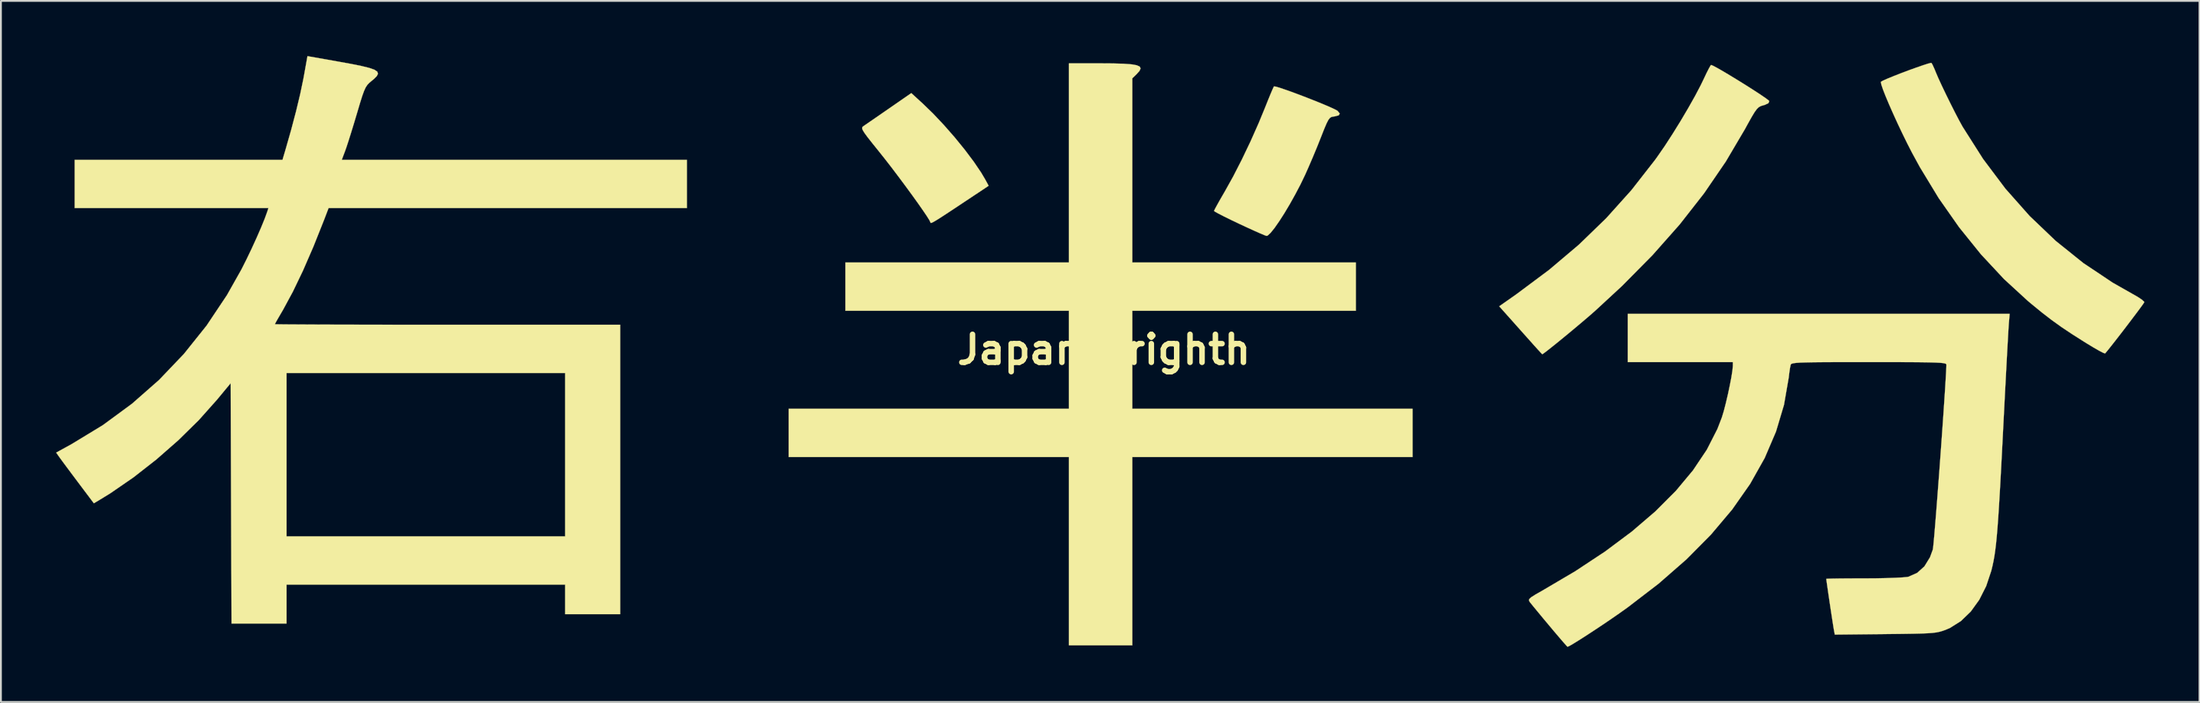
<source format=kicad_pcb>
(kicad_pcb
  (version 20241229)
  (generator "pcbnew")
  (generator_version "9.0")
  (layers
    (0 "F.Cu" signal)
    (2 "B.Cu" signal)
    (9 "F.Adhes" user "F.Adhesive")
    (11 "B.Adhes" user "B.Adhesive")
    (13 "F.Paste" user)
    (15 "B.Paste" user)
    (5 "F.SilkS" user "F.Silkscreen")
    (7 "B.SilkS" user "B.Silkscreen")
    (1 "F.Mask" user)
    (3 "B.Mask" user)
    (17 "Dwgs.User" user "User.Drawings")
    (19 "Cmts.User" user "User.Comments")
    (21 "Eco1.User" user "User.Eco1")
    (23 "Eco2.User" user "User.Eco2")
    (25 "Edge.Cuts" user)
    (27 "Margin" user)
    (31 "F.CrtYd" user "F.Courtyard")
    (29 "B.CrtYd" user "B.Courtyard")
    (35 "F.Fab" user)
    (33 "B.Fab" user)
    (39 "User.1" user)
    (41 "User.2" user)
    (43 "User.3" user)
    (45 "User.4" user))
  (footprint "Japanserighth"
    (layer "F.Cu")
    (at 56.982 15.976)
    (property "Reference" "Japanserighth" (at 0 0 0) (layer "F.SilkS") (effects (font (size 1.524 1.524) (thickness 0.3))))
    (attr through_hole)
    (fp_poly (pts (xy 0.472 -15.574) (xy 1.06 -15.558) (xy 1.492 -15.526) (xy 1.783 -15.475) (xy 1.945 -15.402) (xy 1.992 -15.302) (xy 1.936 -15.172) (xy 1.791 -15.008) (xy 1.781 -14.997) (xy 1.542 -14.765) (xy 1.542 -4.741) (xy 13.698 -4.741) (xy 13.698 -2.117) (xy 1.542 -2.117) (xy 1.542 3.217) (xy 16.782 3.217) (xy 16.782 5.842) (xy 1.542 5.842) (xy 1.542 16.087) (xy -1.905 16.087) (xy -1.905 5.842) (xy -17.145 5.842) (xy -17.145 3.217) (xy -1.905 3.217) (xy -1.905 -2.117) (xy -14.061 -2.117) (xy -14.061 -4.741) (xy -1.905 -4.741) (xy -1.905 -15.579) (xy -0.283 -15.579) (xy 0.472 -15.574)) (stroke (width 0.01) (type solid)) (fill yes) (layer "F.SilkS"))
    (fp_poly (pts (xy -9.857 -13.393) (xy -9.293 -12.847) (xy -8.705 -12.224) (xy -8.122 -11.558) (xy -7.571 -10.881) (xy -7.08 -10.228) (xy -6.676 -9.631) (xy -6.459 -9.264) (xy -6.271 -8.918) (xy -7.596 -8.036) (xy -8.166 -7.658) (xy -8.605 -7.368) (xy -8.93 -7.157) (xy -9.159 -7.015) (xy -9.307 -6.931) (xy -9.391 -6.896) (xy -9.428 -6.899) (xy -9.434 -6.922) (xy -9.485 -7.032) (xy -9.626 -7.259) (xy -9.844 -7.581) (xy -10.122 -7.979) (xy -10.447 -8.431) (xy -10.802 -8.916) (xy -11.173 -9.414) (xy -11.544 -9.905) (xy -11.902 -10.366) (xy -12.23 -10.779) (xy -12.234 -10.784) (xy -12.591 -11.227) (xy -12.849 -11.555) (xy -13.021 -11.789) (xy -13.118 -11.946) (xy -13.152 -12.048) (xy -13.136 -12.112) (xy -13.09 -12.154) (xy -12.965 -12.24) (xy -12.722 -12.408) (xy -12.389 -12.637) (xy -11.996 -12.909) (xy -11.702 -13.112) (xy -10.477 -13.96) (xy -9.857 -13.393)) (stroke (width 0.01) (type solid)) (fill yes) (layer "F.SilkS"))
    (fp_poly (pts (xy 9.343 -14.313) (xy 9.576 -14.244) (xy 9.913 -14.129) (xy 10.325 -13.981) (xy 10.78 -13.81) (xy 11.248 -13.628) (xy 11.699 -13.448) (xy 12.103 -13.28) (xy 12.428 -13.137) (xy 12.644 -13.031) (xy 12.708 -12.989) (xy 12.822 -12.848) (xy 12.767 -12.75) (xy 12.538 -12.692) (xy 12.486 -12.685) (xy 12.379 -12.665) (xy 12.29 -12.612) (xy 12.204 -12.503) (xy 12.105 -12.31) (xy 11.977 -12.01) (xy 11.806 -11.576) (xy 11.798 -11.556) (xy 11.592 -11.039) (xy 11.357 -10.473) (xy 11.123 -9.929) (xy 10.943 -9.524) (xy 10.687 -8.992) (xy 10.403 -8.451) (xy 10.107 -7.921) (xy 9.811 -7.424) (xy 9.528 -6.983) (xy 9.274 -6.619) (xy 9.06 -6.354) (xy 8.902 -6.209) (xy 8.845 -6.189) (xy 8.737 -6.226) (xy 8.497 -6.327) (xy 8.152 -6.48) (xy 7.73 -6.673) (xy 7.371 -6.84) (xy 6.917 -7.057) (xy 6.525 -7.25) (xy 6.223 -7.405) (xy 6.036 -7.51) (xy 5.987 -7.549) (xy 6.028 -7.64) (xy 6.142 -7.851) (xy 6.31 -8.152) (xy 6.519 -8.514) (xy 6.574 -8.608) (xy 7.027 -9.422) (xy 7.501 -10.348) (xy 7.972 -11.334) (xy 8.414 -12.329) (xy 8.759 -13.166) (xy 8.92 -13.57) (xy 9.062 -13.916) (xy 9.172 -14.173) (xy 9.236 -14.31) (xy 9.245 -14.324) (xy 9.343 -14.313)) (stroke (width 0.01) (type solid)) (fill yes) (layer "F.SilkS"))
    (fp_poly (pts (xy 33.131 -15.445) (xy 33.365 -15.32) (xy 33.688 -15.134) (xy 34.074 -14.903) (xy 34.494 -14.647) (xy 34.921 -14.381) (xy 35.326 -14.123) (xy 35.682 -13.891) (xy 35.96 -13.701) (xy 36.133 -13.572) (xy 36.178 -13.526) (xy 36.134 -13.411) (xy 35.936 -13.319) (xy 35.861 -13.298) (xy 35.727 -13.258) (xy 35.615 -13.198) (xy 35.506 -13.095) (xy 35.382 -12.926) (xy 35.225 -12.666) (xy 35.016 -12.293) (xy 34.857 -12.002) (xy 33.815 -10.235) (xy 32.635 -8.509) (xy 31.307 -6.812) (xy 29.822 -5.135) (xy 28.172 -3.466) (xy 26.712 -2.116) (xy 26.414 -1.854) (xy 26.057 -1.549) (xy 25.664 -1.218) (xy 25.259 -0.88) (xy 24.863 -0.555) (xy 24.502 -0.261) (xy 24.197 -0.018) (xy 23.971 0.157) (xy 23.848 0.243) (xy 23.833 0.248) (xy 23.771 0.185) (xy 23.616 0.017) (xy 23.392 -0.231) (xy 23.123 -0.533) (xy 23.121 -0.535) (xy 22.789 -0.907) (xy 22.444 -1.294) (xy 22.134 -1.643) (xy 21.962 -1.835) (xy 21.494 -2.359) (xy 22.427 -3.014) (xy 24.206 -4.341) (xy 25.827 -5.713) (xy 27.312 -7.151) (xy 28.682 -8.677) (xy 29.959 -10.312) (xy 30.103 -10.512) (xy 30.498 -11.083) (xy 30.922 -11.738) (xy 31.354 -12.435) (xy 31.768 -13.136) (xy 32.143 -13.801) (xy 32.453 -14.391) (xy 32.608 -14.711) (xy 32.763 -15.04) (xy 32.895 -15.3) (xy 32.986 -15.459) (xy 33.016 -15.492) (xy 33.131 -15.445)) (stroke (width 0.01) (type solid)) (fill yes) (layer "F.SilkS"))
    (fp_poly (pts (xy 45 -15.601) (xy 45.063 -15.491) (xy 45.162 -15.274) (xy 45.247 -15.066) (xy 45.373 -14.771) (xy 45.56 -14.366) (xy 45.786 -13.893) (xy 46.032 -13.393) (xy 46.276 -12.909) (xy 46.499 -12.481) (xy 46.679 -12.153) (xy 46.697 -12.122) (xy 47.806 -10.376) (xy 49.021 -8.758) (xy 50.338 -7.272) (xy 51.752 -5.921) (xy 53.259 -4.71) (xy 54.855 -3.644) (xy 55.906 -3.047) (xy 56.214 -2.872) (xy 56.444 -2.718) (xy 56.563 -2.608) (xy 56.572 -2.579) (xy 56.507 -2.48) (xy 56.358 -2.273) (xy 56.142 -1.983) (xy 55.881 -1.637) (xy 55.594 -1.259) (xy 55.301 -0.877) (xy 55.021 -0.516) (xy 54.775 -0.203) (xy 54.583 0.038) (xy 54.464 0.18) (xy 54.438 0.206) (xy 54.344 0.175) (xy 54.129 0.064) (xy 53.823 -0.111) (xy 53.455 -0.333) (xy 53.334 -0.408) (xy 52.646 -0.845) (xy 52.063 -1.234) (xy 51.534 -1.614) (xy 51.007 -2.02) (xy 50.431 -2.492) (xy 50.239 -2.653) (xy 48.941 -3.845) (xy 47.692 -5.186) (xy 46.504 -6.659) (xy 45.392 -8.247) (xy 44.369 -9.933) (xy 43.945 -10.71) (xy 43.686 -11.215) (xy 43.422 -11.753) (xy 43.162 -12.302) (xy 42.917 -12.839) (xy 42.695 -13.342) (xy 42.507 -13.789) (xy 42.363 -14.156) (xy 42.274 -14.421) (xy 42.247 -14.562) (xy 42.253 -14.576) (xy 42.375 -14.645) (xy 42.623 -14.755) (xy 42.962 -14.893) (xy 43.357 -15.048) (xy 43.775 -15.205) (xy 44.18 -15.351) (xy 44.538 -15.475) (xy 44.814 -15.564) (xy 44.974 -15.603) (xy 45 -15.601)) (stroke (width 0.01) (type solid)) (fill yes) (layer "F.SilkS"))
    (fp_poly (pts (xy -41.683 -15.683) (xy -40.942 -15.549) (xy -40.368 -15.433) (xy -39.947 -15.329) (xy -39.667 -15.23) (xy -39.515 -15.127) (xy -39.478 -15.014) (xy -39.543 -14.884) (xy -39.698 -14.729) (xy -39.823 -14.625) (xy -39.953 -14.516) (xy -40.057 -14.406) (xy -40.147 -14.269) (xy -40.235 -14.077) (xy -40.333 -13.806) (xy -40.452 -13.428) (xy -40.604 -12.917) (xy -40.633 -12.819) (xy -40.789 -12.298) (xy -40.943 -11.797) (xy -41.083 -11.353) (xy -41.197 -11.005) (xy -41.264 -10.816) (xy -41.447 -10.329) (xy -22.679 -10.329) (xy -22.679 -7.705) (xy -42.164 -7.705) (xy -42.415 -7.048) (xy -42.993 -5.598) (xy -43.558 -4.298) (xy -44.107 -3.155) (xy -44.638 -2.173) (xy -44.715 -2.041) (xy -44.883 -1.753) (xy -45.012 -1.528) (xy -45.079 -1.4) (xy -45.085 -1.385) (xy -44.996 -1.381) (xy -44.738 -1.377) (xy -44.322 -1.373) (xy -43.761 -1.37) (xy -43.066 -1.366) (xy -42.249 -1.363) (xy -41.322 -1.361) (xy -40.298 -1.359) (xy -39.188 -1.357) (xy -38.003 -1.356) (xy -36.757 -1.355) (xy -35.696 -1.355) (xy -26.307 -1.355) (xy -26.307 14.393) (xy -29.301 14.393) (xy -29.301 12.785) (xy -44.45 12.785) (xy -44.45 14.901) (xy -47.442 14.901) (xy -47.466 8.363) (xy -47.489 1.825) (xy -48.23 2.72) (xy -49.215 3.826) (xy -50.328 4.922) (xy -51.529 5.975) (xy -52.777 6.951) (xy -54.034 7.817) (xy -54.702 8.226) (xy -54.929 8.359) (xy -55.79 7.213) (xy -56.092 6.81) (xy -56.369 6.439) (xy -56.598 6.13) (xy -56.759 5.911) (xy -56.814 5.835) (xy -56.977 5.602) (xy -56.134 5.138) (xy -54.44 4.108) (xy -52.856 2.944) (xy -51.385 1.651) (xy -51.021 1.27) (xy -44.45 1.27) (xy -44.45 10.16) (xy -29.301 10.16) (xy -29.301 1.27) (xy -44.45 1.27) (xy -51.021 1.27) (xy -50.031 0.232) (xy -48.798 -1.309) (xy -47.691 -2.966) (xy -46.905 -4.36) (xy -46.628 -4.91) (xy -46.344 -5.503) (xy -46.071 -6.1) (xy -45.827 -6.661) (xy -45.629 -7.148) (xy -45.497 -7.514) (xy -45.436 -7.705) (xy -55.971 -7.705) (xy -55.971 -10.329) (xy -44.67 -10.329) (xy -44.513 -10.858) (xy -44.203 -11.943) (xy -43.932 -12.97) (xy -43.707 -13.908) (xy -43.537 -14.724) (xy -43.513 -14.852) (xy -43.312 -15.971) (xy -41.683 -15.683)) (stroke (width 0.01) (type solid)) (fill yes) (layer "F.SilkS"))
    (fp_poly (pts (xy 49.206 -1.418) (xy 49.194 -1.24) (xy 49.174 -0.909) (xy 49.148 -0.442) (xy 49.115 0.146) (xy 49.078 0.837) (xy 49.037 1.617) (xy 48.992 2.468) (xy 48.946 3.373) (xy 48.897 4.318) (xy 48.893 4.403) (xy 48.831 5.622) (xy 48.775 6.687) (xy 48.724 7.609) (xy 48.677 8.402) (xy 48.634 9.081) (xy 48.592 9.659) (xy 48.551 10.149) (xy 48.51 10.565) (xy 48.467 10.92) (xy 48.422 11.229) (xy 48.373 11.504) (xy 48.319 11.759) (xy 48.258 12.008) (xy 48.253 12.03) (xy 47.975 12.865) (xy 47.598 13.611) (xy 47.136 14.251) (xy 46.601 14.767) (xy 46.008 15.142) (xy 45.765 15.246) (xy 45.604 15.303) (xy 45.448 15.349) (xy 45.276 15.385) (xy 45.063 15.412) (xy 44.787 15.432) (xy 44.425 15.447) (xy 43.954 15.458) (xy 43.351 15.467) (xy 42.592 15.475) (xy 42.482 15.477) (xy 39.743 15.505) (xy 39.69 15.224) (xy 39.665 15.072) (xy 39.622 14.799) (xy 39.567 14.442) (xy 39.505 14.035) (xy 39.442 13.614) (xy 39.383 13.213) (xy 39.333 12.867) (xy 39.297 12.611) (xy 39.28 12.481) (xy 39.279 12.472) (xy 39.366 12.465) (xy 39.608 12.458) (xy 39.981 12.452) (xy 40.459 12.448) (xy 41.017 12.446) (xy 41.343 12.446) (xy 41.962 12.442) (xy 42.536 12.431) (xy 43.036 12.414) (xy 43.429 12.393) (xy 43.685 12.369) (xy 43.744 12.358) (xy 44.221 12.148) (xy 44.615 11.793) (xy 44.919 11.299) (xy 45.073 10.878) (xy 45.091 10.754) (xy 45.119 10.478) (xy 45.156 10.071) (xy 45.199 9.551) (xy 45.249 8.936) (xy 45.303 8.245) (xy 45.36 7.497) (xy 45.42 6.709) (xy 45.479 5.901) (xy 45.538 5.092) (xy 45.594 4.299) (xy 45.647 3.541) (xy 45.694 2.838) (xy 45.736 2.207) (xy 45.769 1.667) (xy 45.794 1.237) (xy 45.808 0.936) (xy 45.811 0.813) (xy 45.797 0.781) (xy 45.748 0.755) (xy 45.646 0.733) (xy 45.478 0.716) (xy 45.227 0.703) (xy 44.88 0.693) (xy 44.421 0.686) (xy 43.835 0.681) (xy 43.107 0.679) (xy 42.222 0.677) (xy 41.599 0.677) (xy 40.613 0.678) (xy 39.793 0.679) (xy 39.124 0.682) (xy 38.59 0.687) (xy 38.176 0.695) (xy 37.866 0.705) (xy 37.645 0.72) (xy 37.498 0.739) (xy 37.408 0.762) (xy 37.361 0.791) (xy 37.342 0.826) (xy 37.309 0.984) (xy 37.269 1.251) (xy 37.236 1.524) (xy 36.98 3.003) (xy 36.545 4.459) (xy 35.931 5.894) (xy 35.137 7.306) (xy 34.163 8.696) (xy 33.01 10.062) (xy 31.678 11.407) (xy 30.167 12.728) (xy 28.476 14.026) (xy 28.031 14.343) (xy 27.581 14.655) (xy 27.111 14.974) (xy 26.644 15.284) (xy 26.205 15.571) (xy 25.817 15.818) (xy 25.506 16.01) (xy 25.294 16.131) (xy 25.208 16.167) (xy 25.144 16.102) (xy 24.987 15.925) (xy 24.757 15.657) (xy 24.472 15.322) (xy 24.221 15.022) (xy 23.897 14.635) (xy 23.607 14.284) (xy 23.37 13.997) (xy 23.208 13.798) (xy 23.15 13.723) (xy 23.109 13.644) (xy 23.13 13.567) (xy 23.236 13.47) (xy 23.451 13.333) (xy 23.799 13.135) (xy 23.83 13.117) (xy 25.625 12.059) (xy 27.251 10.985) (xy 28.706 9.898) (xy 29.988 8.799) (xy 31.096 7.689) (xy 32.029 6.571) (xy 32.784 5.445) (xy 33.36 4.314) (xy 33.603 3.683) (xy 33.706 3.343) (xy 33.817 2.913) (xy 33.929 2.436) (xy 34.032 1.951) (xy 34.118 1.503) (xy 34.176 1.133) (xy 34.199 0.883) (xy 34.199 0.874) (xy 34.199 0.677) (xy 28.484 0.677) (xy 28.484 -1.947) (xy 49.251 -1.947) (xy 49.206 -1.418)) (stroke (width 0.01) (type solid)) (fill yes) (layer "F.SilkS")))
  (gr_rect
    (start -3 -3)
    (end 116.558 35.148)
    (stroke (width 0.1) (type default))
    (fill no)
    (layer "Edge.Cuts")))
</source>
